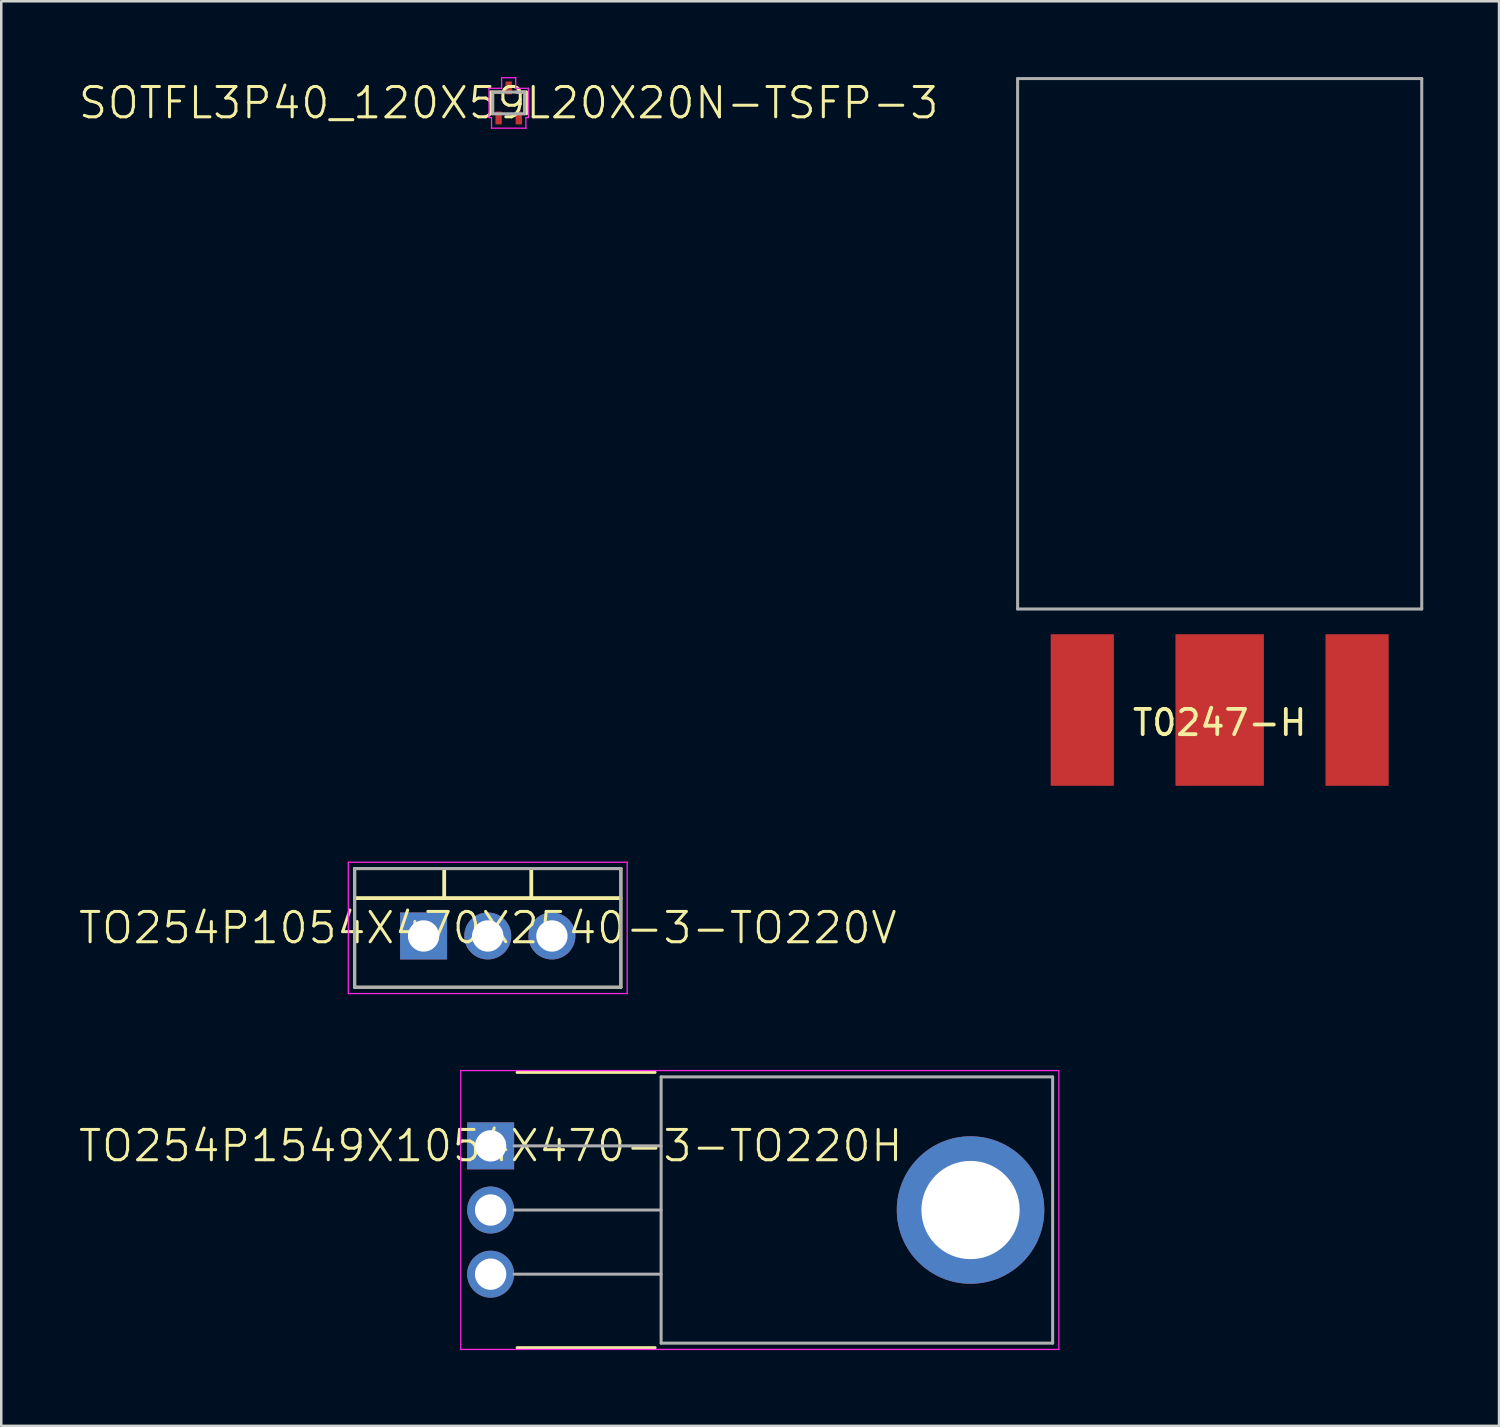
<source format=kicad_pcb>
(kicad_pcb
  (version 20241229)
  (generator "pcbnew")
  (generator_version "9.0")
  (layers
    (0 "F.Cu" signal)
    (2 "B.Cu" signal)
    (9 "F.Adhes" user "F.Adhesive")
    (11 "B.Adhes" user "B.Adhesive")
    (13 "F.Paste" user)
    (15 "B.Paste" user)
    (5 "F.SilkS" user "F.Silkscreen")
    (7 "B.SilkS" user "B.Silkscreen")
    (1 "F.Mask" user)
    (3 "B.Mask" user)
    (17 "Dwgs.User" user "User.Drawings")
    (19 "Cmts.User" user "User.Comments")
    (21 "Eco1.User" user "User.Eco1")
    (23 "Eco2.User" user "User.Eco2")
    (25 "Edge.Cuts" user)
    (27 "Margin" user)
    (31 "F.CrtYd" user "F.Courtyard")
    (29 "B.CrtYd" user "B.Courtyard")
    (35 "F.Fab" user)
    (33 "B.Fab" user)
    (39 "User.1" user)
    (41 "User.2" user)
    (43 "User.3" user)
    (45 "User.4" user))
  (footprint "TO254P1549X1054X470-3-TO220H"
    (layer "F.Cu")
    (at 16.374 42.315)
    (property "Reference" "TO254P1549X1054X470-3-TO220H" (at 0 0 0) (layer "F.SilkS") (effects (font (size 1.2 1.2) (thickness 0.12))))
    (attr through_hole)
    (fp_line (start 6.51 -2.91) (end 1.05 -2.91) (stroke (width 0.12) (type solid)) (layer "F.SilkS"))
    (fp_line (start 6.51 7.99) (end 1.05 7.99) (stroke (width 0.12) (type solid)) (layer "F.SilkS"))
    (fp_line (start -1.185 -2.98) (end 22.495 -2.98) (stroke (width 0.05) (type solid)) (layer "F.CrtYd"))
    (fp_line (start -1.185 8.06) (end -1.185 -2.98) (stroke (width 0.05) (type solid)) (layer "F.CrtYd"))
    (fp_line (start 0 -0.35) (end 0 0.35) (stroke (width 0.05) (type solid)) (layer "F.CrtYd"))
    (fp_line (start 0.35 0) (end -0.35 0) (stroke (width 0.05) (type solid)) (layer "F.CrtYd"))
    (fp_line (start 22.495 -2.98) (end 22.495 8.06) (stroke (width 0.05) (type solid)) (layer "F.CrtYd"))
    (fp_line (start 22.495 8.06) (end -1.185 8.06) (stroke (width 0.05) (type solid)) (layer "F.CrtYd"))
    (fp_circle (center 0 0) (end 0 0.25) (stroke (width 0.05) (type solid)) (fill no) (layer "F.CrtYd"))
    (fp_line (start 0.93 0) (end 6.75 0) (stroke (width 0.12) (type solid)) (layer "F.Fab"))
    (fp_line (start 0.93 2.54) (end 6.75 2.54) (stroke (width 0.12) (type solid)) (layer "F.Fab"))
    (fp_line (start 0.93 5.08) (end 6.75 5.08) (stroke (width 0.12) (type solid)) (layer "F.Fab"))
    (fp_line (start 6.75 -2.73) (end 22.25 -2.73) (stroke (width 0.12) (type solid)) (layer "F.Fab"))
    (fp_line (start 6.75 7.81) (end 6.75 -2.73) (stroke (width 0.12) (type solid)) (layer "F.Fab"))
    (fp_line (start 22.25 -2.73) (end 22.25 7.81) (stroke (width 0.12) (type solid)) (layer "F.Fab"))
    (fp_line (start 22.25 7.81) (end 6.75 7.81) (stroke (width 0.12) (type solid)) (layer "F.Fab"))
    (pad "1" thru_hole rect (at 0 0) (size 1.86 1.86) (drill 1.24) (layers "*.Cu" "*.Mask"))
    (pad "2" thru_hole circle (at 0 2.54) (size 1.86 1.86) (drill 1.24) (layers "*.Cu" "*.Mask"))
    (pad "3" thru_hole circle (at 0 5.08) (size 1.86 1.86) (drill 1.24) (layers "*.Cu" "*.Mask"))
    (pad "4" thru_hole circle (at 19 2.54) (size 5.84 5.84) (drill 3.89) (layers "*.Cu" "*.Mask")))
  (footprint "T0247-H"
    (layer "F.Cu")
    (at 45.237 25.06)
    (property "Reference" "T0247-H" (at 0 0.5 0) (layer "F.SilkS") (effects (font (size 1 1) (thickness 0.15))))
    (attr through_hole)
    (fp_line (start -8 -25) (end -8 -4) (stroke (width 0.12) (type solid)) (layer "F.Fab"))
    (fp_line (start -8 -4) (end 8 -4) (stroke (width 0.12) (type solid)) (layer "F.Fab"))
    (fp_line (start 8 -25) (end -8 -25) (stroke (width 0.12) (type solid)) (layer "F.Fab"))
    (fp_line (start 8 -4) (end 8 -25) (stroke (width 0.12) (type solid)) (layer "F.Fab"))
    (pad "1" smd rect (at -5.44 0 180) (size 2.5 6) (layers "F.Cu" "F.Mask" "F.Paste"))
    (pad "2" smd rect (at 0 0) (size 3.5 6) (layers "F.Cu" "F.Mask" "F.Paste"))
    (pad "3" smd rect (at 5.44 0) (size 2.5 6) (layers "F.Cu" "F.Mask" "F.Paste")))
  (footprint "TO254P1054X470X2540-3-TO220V"
    (layer "F.Cu")
    (at 13.72 34.005)
    (property "Reference" "TO254P1054X470X2540-3-TO220V" (at 2.54 -0.32 0) (layer "F.SilkS") (effects (font (size 1.2 1.2) (thickness 0.12))))
    (attr through_hole)
    (fp_line (start -2.73 -2.67) (end 7.81 -2.67) (stroke (width 0.12) (type solid)) (layer "F.SilkS"))
    (fp_line (start -2.73 2.03) (end -2.73 -2.67) (stroke (width 0.12) (type solid)) (layer "F.SilkS"))
    (fp_line (start -2.7 -1.5) (end 7.8 -1.5) (stroke (width 0.15) (type solid)) (layer "F.SilkS"))
    (fp_line (start 0.816 -1.5) (end 0.816 -2.65) (stroke (width 0.15) (type solid)) (layer "F.SilkS"))
    (fp_line (start 4.264 -1.5) (end 4.264 -2.65) (stroke (width 0.15) (type solid)) (layer "F.SilkS"))
    (fp_line (start 7.81 -2.67) (end 7.81 2.03) (stroke (width 0.12) (type solid)) (layer "F.SilkS"))
    (fp_line (start 7.81 2.03) (end -2.73 2.03) (stroke (width 0.12) (type solid)) (layer "F.SilkS"))
    (fp_line (start -2.98 -2.92) (end 8.06 -2.92) (stroke (width 0.05) (type solid)) (layer "F.CrtYd"))
    (fp_line (start -2.98 2.28) (end -2.98 -2.92) (stroke (width 0.05) (type solid)) (layer "F.CrtYd"))
    (fp_line (start 0 -0.35) (end 0 0.35) (stroke (width 0.05) (type solid)) (layer "F.CrtYd"))
    (fp_line (start 0.35 0) (end -0.35 0) (stroke (width 0.05) (type solid)) (layer "F.CrtYd"))
    (fp_line (start 8.06 -2.92) (end 8.06 2.28) (stroke (width 0.05) (type solid)) (layer "F.CrtYd"))
    (fp_line (start 8.06 2.28) (end -2.98 2.28) (stroke (width 0.05) (type solid)) (layer "F.CrtYd"))
    (fp_circle (center 0 0) (end 0 0.25) (stroke (width 0.05) (type solid)) (fill no) (layer "F.CrtYd"))
    (fp_line (start -2.73 -2.67) (end 7.81 -2.67) (stroke (width 0.12) (type solid)) (layer "F.Fab"))
    (fp_line (start -2.73 2.03) (end -2.73 -2.67) (stroke (width 0.12) (type solid)) (layer "F.Fab"))
    (fp_line (start 7.81 -2.67) (end 7.81 2.03) (stroke (width 0.12) (type solid)) (layer "F.Fab"))
    (fp_line (start 7.81 2.03) (end -2.73 2.03) (stroke (width 0.12) (type solid)) (layer "F.Fab"))
    (pad "1" thru_hole rect (at 0 0) (size 1.86 1.86) (drill 1.24) (layers "*.Cu" "*.Mask"))
    (pad "2" thru_hole circle (at 2.54 0) (size 1.86 1.86) (drill 1.24) (layers "*.Cu" "*.Mask"))
    (pad "3" thru_hole circle (at 5.08 0) (size 1.86 1.86) (drill 1.24) (layers "*.Cu" "*.Mask")))
  (footprint "SOTFL3P40_120X59L20X20N-TSFP-3"
    (layer "F.Cu")
    (at 17.089 1.025)
    (property "Reference" "SOTFL3P40_120X59L20X20N-TSFP-3" (at 0 0 0) (layer "F.SilkS") (effects (font (size 1.2 1.2) (thickness 0.12))))
    (attr smd)
    (fp_line (start -0.705 -0.43) (end -0.305 -0.43) (stroke (width 0.12) (type solid)) (layer "F.SilkS"))
    (fp_line (start -0.705 0.43) (end -0.705 -0.43) (stroke (width 0.12) (type solid)) (layer "F.SilkS"))
    (fp_line (start 0.705 -0.43) (end 0.305 -0.43) (stroke (width 0.12) (type solid)) (layer "F.SilkS"))
    (fp_line (start 0.705 0.43) (end 0.705 -0.43) (stroke (width 0.12) (type solid)) (layer "F.SilkS"))
    (fp_line (start -0.78 -0.58) (end -0.78 0.58) (stroke (width 0.05) (type solid)) (layer "F.CrtYd"))
    (fp_line (start -0.78 0.58) (end -0.68 0.58) (stroke (width 0.05) (type solid)) (layer "F.CrtYd"))
    (fp_line (start -0.68 0.58) (end -0.68 1) (stroke (width 0.05) (type solid)) (layer "F.CrtYd"))
    (fp_line (start -0.68 1) (end 0.68 1) (stroke (width 0.05) (type solid)) (layer "F.CrtYd"))
    (fp_line (start -0.28 -1) (end -0.28 -0.58) (stroke (width 0.05) (type solid)) (layer "F.CrtYd"))
    (fp_line (start -0.28 -0.58) (end -0.78 -0.58) (stroke (width 0.05) (type solid)) (layer "F.CrtYd"))
    (fp_line (start 0.28 -1) (end -0.28 -1) (stroke (width 0.05) (type solid)) (layer "F.CrtYd"))
    (fp_line (start 0.28 -0.58) (end 0.28 -1) (stroke (width 0.05) (type solid)) (layer "F.CrtYd"))
    (fp_line (start 0.68 0.58) (end 0.78 0.58) (stroke (width 0.05) (type solid)) (layer "F.CrtYd"))
    (fp_line (start 0.68 1) (end 0.68 0.58) (stroke (width 0.05) (type solid)) (layer "F.CrtYd"))
    (fp_line (start 0.78 -0.58) (end 0.28 -0.58) (stroke (width 0.05) (type solid)) (layer "F.CrtYd"))
    (fp_line (start 0.78 0.58) (end 0.78 -0.58) (stroke (width 0.05) (type solid)) (layer "F.CrtYd"))
    (fp_line (start -0.63 -0.43) (end 0.63 -0.43) (stroke (width 0.12) (type solid)) (layer "F.Fab"))
    (fp_line (start -0.63 0.43) (end -0.63 -0.43) (stroke (width 0.12) (type solid)) (layer "F.Fab"))
    (fp_line (start 0.63 -0.43) (end 0.63 0.43) (stroke (width 0.12) (type solid)) (layer "F.Fab"))
    (fp_line (start 0.63 0.43) (end -0.63 0.43) (stroke (width 0.12) (type solid)) (layer "F.Fab"))
    (pad "1" smd rect (at -0.4 0.595 90) (size 0.51 0.25) (layers "F.Cu" "F.Mask" "F.Paste"))
    (pad "2" smd rect (at 0.4 0.595 90) (size 0.51 0.25) (layers "F.Cu" "F.Mask" "F.Paste"))
    (pad "3" smd rect (at 0 -0.595 90) (size 0.51 0.25) (layers "F.Cu" "F.Mask" "F.Paste")))
  (gr_rect
    (start -3 -3)
    (end 56.297 53.4)
    (stroke (width 0.1) (type default))
    (fill no)
    (layer "Edge.Cuts")))
</source>
